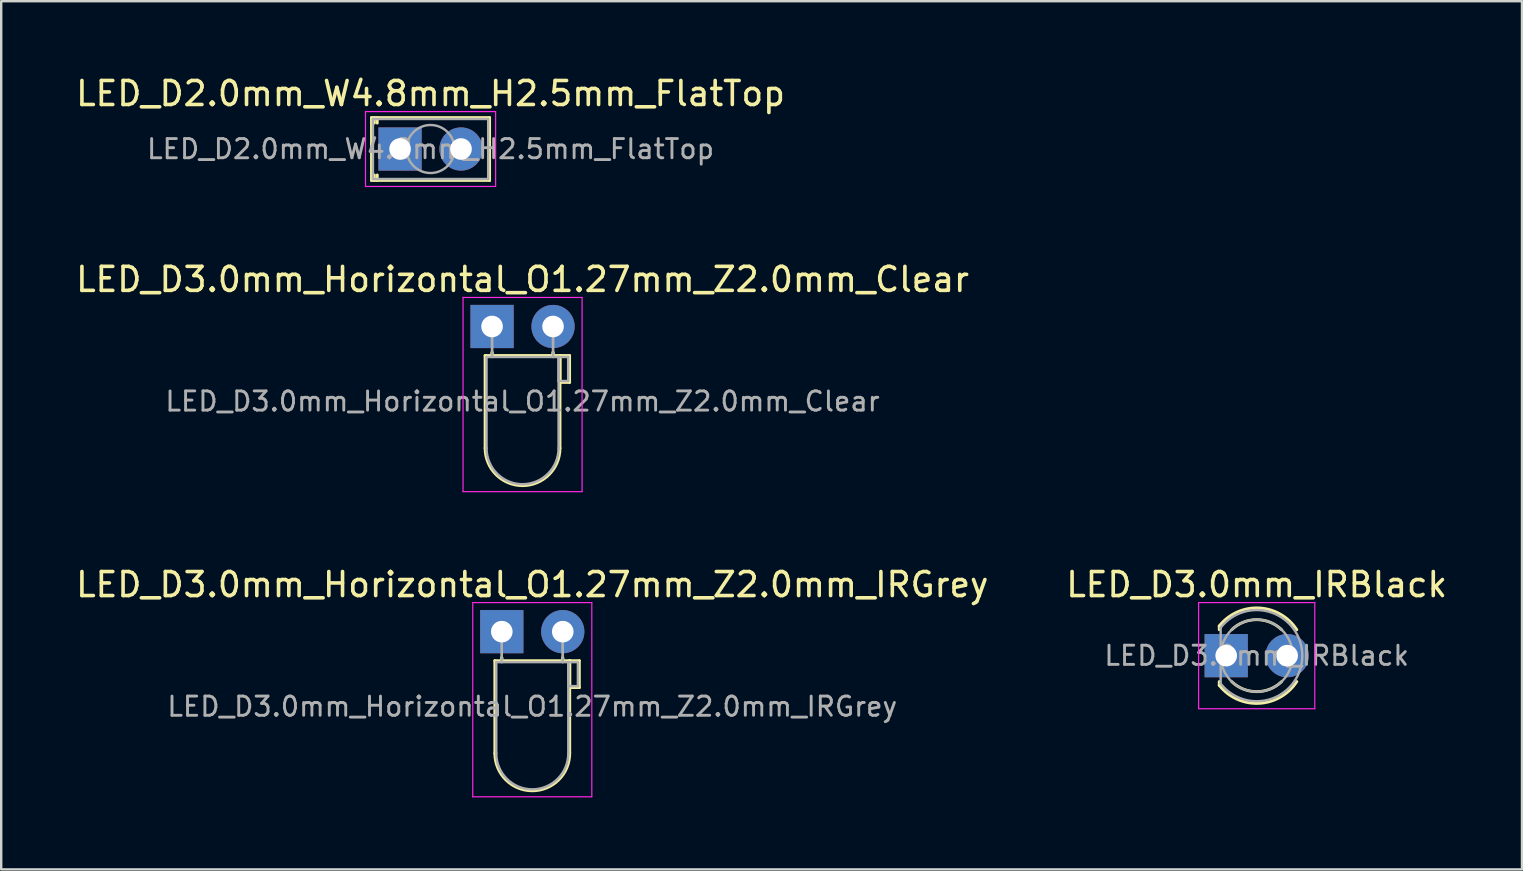
<source format=kicad_pcb>
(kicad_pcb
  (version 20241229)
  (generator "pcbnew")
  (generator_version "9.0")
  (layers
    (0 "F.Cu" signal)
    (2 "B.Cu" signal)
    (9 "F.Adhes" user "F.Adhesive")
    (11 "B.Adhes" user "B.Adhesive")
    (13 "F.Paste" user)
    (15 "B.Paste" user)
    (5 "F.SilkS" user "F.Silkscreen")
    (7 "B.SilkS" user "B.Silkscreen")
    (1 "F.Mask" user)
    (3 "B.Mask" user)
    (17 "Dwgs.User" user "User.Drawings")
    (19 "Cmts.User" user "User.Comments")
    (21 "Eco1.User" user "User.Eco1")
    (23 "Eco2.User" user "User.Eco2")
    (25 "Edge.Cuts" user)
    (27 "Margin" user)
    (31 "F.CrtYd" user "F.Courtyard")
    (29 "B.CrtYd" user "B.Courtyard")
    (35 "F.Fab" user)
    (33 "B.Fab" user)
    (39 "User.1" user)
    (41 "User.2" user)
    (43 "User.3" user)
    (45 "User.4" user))
  (footprint "LED_D3.0mm_IRBlack"
    (layer "F.Cu")
    (at 48.034 24.265)
    (property "Reference" "LED_D3.0mm_IRBlack" (at 1.27 -2.96 0) (layer "F.SilkS") (effects (font (size 1 1) (thickness 0.15))))
    (attr through_hole)
    (fp_line (start -0.29 -1.236) (end -0.29 -1.08) (stroke (width 0.12) (type solid)) (layer "F.SilkS"))
    (fp_line (start -0.29 1.08) (end -0.29 1.236) (stroke (width 0.12) (type solid)) (layer "F.SilkS"))
    (fp_arc (start -0.29 -1.235516) (mid 1.36566 -1.987699) (end 2.941437 -1.08) (stroke (width 0.12) (type solid)) (layer "F.SilkS"))
    (fp_arc (start 0.229039 -1.08) (mid 1.27 -1.5) (end 2.310961 -1.08) (stroke (width 0.12) (type solid)) (layer "F.SilkS"))
    (fp_arc (start 2.310961 1.08) (mid 1.27 1.5) (end 0.229039 1.08) (stroke (width 0.12) (type solid)) (layer "F.SilkS"))
    (fp_arc (start 2.941437 1.08) (mid 1.36566 1.987699) (end -0.29 1.235516) (stroke (width 0.12) (type solid)) (layer "F.SilkS"))
    (fp_line (start -1.15 -2.21) (end -1.15 2.21) (stroke (width 0.05) (type solid)) (layer "F.CrtYd"))
    (fp_line (start -1.15 2.21) (end 3.69 2.21) (stroke (width 0.05) (type solid)) (layer "F.CrtYd"))
    (fp_line (start 3.69 -2.21) (end -1.15 -2.21) (stroke (width 0.05) (type solid)) (layer "F.CrtYd"))
    (fp_line (start 3.69 2.21) (end 3.69 -2.21) (stroke (width 0.05) (type solid)) (layer "F.CrtYd"))
    (fp_line (start -0.23 -1.166) (end -0.23 1.166) (stroke (width 0.1) (type solid)) (layer "F.Fab"))
    (fp_arc (start -0.23 -1.16619) (mid 3.17 0) (end -0.23 1.16619) (stroke (width 0.1) (type solid)) (layer "F.Fab"))
    (fp_circle (center 1.27 0) (end 2.77 0) (stroke (width 0.1) (type solid)) (fill no) (layer "F.Fab"))
    (fp_text user "${REFERENCE}" (at 1.27 0 0) (layer "F.Fab") (effects (font (size 0.8 0.8) (thickness 0.12))))
    (pad "1" thru_hole rect (at 0 0) (size 1.8 1.8) (drill 0.9) (layers "*.Cu" "*.Mask"))
    (pad "2" thru_hole circle (at 2.54 0) (size 1.8 1.8) (drill 0.9) (layers "*.Cu" "*.Mask")))
  (footprint "LED_D2.0mm_W4.8mm_H2.5mm_FlatTop"
    (layer "F.Cu")
    (at 13.617 3.158)
    (property "Reference" "LED_D2.0mm_W4.8mm_H2.5mm_FlatTop" (at 1.27 -2.31 0) (layer "F.SilkS") (effects (font (size 1 1) (thickness 0.15))))
    (attr through_hole)
    (fp_line (start -1.19 -1.31) (end 3.73 -1.31) (stroke (width 0.12) (type solid)) (layer "F.SilkS"))
    (fp_line (start -1.19 1.31) (end -1.19 -1.31) (stroke (width 0.12) (type solid)) (layer "F.SilkS"))
    (fp_line (start -1.07 -1.31) (end -1.07 -1.08) (stroke (width 0.12) (type solid)) (layer "F.SilkS"))
    (fp_line (start -1.07 1.08) (end -1.07 1.31) (stroke (width 0.12) (type solid)) (layer "F.SilkS"))
    (fp_line (start -0.95 -1.31) (end -0.95 -1.08) (stroke (width 0.12) (type solid)) (layer "F.SilkS"))
    (fp_line (start -0.95 1.08) (end -0.95 1.31) (stroke (width 0.12) (type solid)) (layer "F.SilkS"))
    (fp_line (start 3.73 -1.31) (end 3.73 1.31) (stroke (width 0.12) (type solid)) (layer "F.SilkS"))
    (fp_line (start 3.73 1.31) (end -1.19 1.31) (stroke (width 0.12) (type solid)) (layer "F.SilkS"))
    (fp_line (start -1.44 -1.56) (end -1.44 1.56) (stroke (width 0.05) (type solid)) (layer "F.CrtYd"))
    (fp_line (start -1.44 1.56) (end 3.98 1.56) (stroke (width 0.05) (type solid)) (layer "F.CrtYd"))
    (fp_line (start 3.98 -1.56) (end -1.44 -1.56) (stroke (width 0.05) (type solid)) (layer "F.CrtYd"))
    (fp_line (start 3.98 1.56) (end 3.98 -1.56) (stroke (width 0.05) (type solid)) (layer "F.CrtYd"))
    (fp_line (start -1.13 -1.25) (end -1.13 1.25) (stroke (width 0.1) (type solid)) (layer "F.Fab"))
    (fp_line (start -1.13 1.25) (end 3.67 1.25) (stroke (width 0.1) (type solid)) (layer "F.Fab"))
    (fp_line (start 3.67 -1.25) (end -1.13 -1.25) (stroke (width 0.1) (type solid)) (layer "F.Fab"))
    (fp_line (start 3.67 1.25) (end 3.67 -1.25) (stroke (width 0.1) (type solid)) (layer "F.Fab"))
    (fp_circle (center 1.27 0) (end 2.27 0) (stroke (width 0.1) (type solid)) (fill no) (layer "F.Fab"))
    (fp_text user "${REFERENCE}" (at 1.27 0 0) (layer "F.Fab") (effects (font (size 0.8 0.8) (thickness 0.12))))
    (pad "1" thru_hole rect (at 0 0) (size 1.8 1.8) (drill 0.9) (layers "*.Cu" "*.Mask"))
    (pad "2" thru_hole circle (at 2.54 0) (size 1.8 1.8) (drill 0.9) (layers "*.Cu" "*.Mask")))
  (footprint "LED_D3.0mm_Horizontal_O1.27mm_Z2.0mm_Clear"
    (layer "F.Cu")
    (at 17.45 10.552)
    (property "Reference" "LED_D3.0mm_Horizontal_O1.27mm_Z2.0mm_Clear" (at 1.27 -1.96 0) (layer "F.SilkS") (effects (font (size 1 1) (thickness 0.15))))
    (attr through_hole)
    (fp_line (start -0.29 1.21) (end -0.29 5.07) (stroke (width 0.12) (type solid)) (layer "F.SilkS"))
    (fp_line (start -0.29 1.21) (end 2.83 1.21) (stroke (width 0.12) (type solid)) (layer "F.SilkS"))
    (fp_line (start 0 1.08) (end 0 1.21) (stroke (width 0.12) (type solid)) (layer "F.SilkS"))
    (fp_line (start 0 1.21) (end 0 1.08) (stroke (width 0.12) (type solid)) (layer "F.SilkS"))
    (fp_line (start 2.54 1.08) (end 2.54 1.21) (stroke (width 0.12) (type solid)) (layer "F.SilkS"))
    (fp_line (start 2.54 1.21) (end 2.54 1.08) (stroke (width 0.12) (type solid)) (layer "F.SilkS"))
    (fp_line (start 2.83 1.21) (end 2.83 5.07) (stroke (width 0.12) (type solid)) (layer "F.SilkS"))
    (fp_line (start 2.83 1.21) (end 3.23 1.21) (stroke (width 0.12) (type solid)) (layer "F.SilkS"))
    (fp_line (start 2.83 2.33) (end 2.83 1.21) (stroke (width 0.12) (type solid)) (layer "F.SilkS"))
    (fp_line (start 3.23 1.21) (end 3.23 2.33) (stroke (width 0.12) (type solid)) (layer "F.SilkS"))
    (fp_line (start 3.23 2.33) (end 2.83 2.33) (stroke (width 0.12) (type solid)) (layer "F.SilkS"))
    (fp_arc (start 2.83 5.07) (mid 1.27 6.63) (end -0.29 5.07) (stroke (width 0.12) (type solid)) (layer "F.SilkS"))
    (fp_line (start -1.21 -1.21) (end -1.21 6.88) (stroke (width 0.05) (type solid)) (layer "F.CrtYd"))
    (fp_line (start -1.21 6.88) (end 3.75 6.88) (stroke (width 0.05) (type solid)) (layer "F.CrtYd"))
    (fp_line (start 3.75 -1.21) (end -1.21 -1.21) (stroke (width 0.05) (type solid)) (layer "F.CrtYd"))
    (fp_line (start 3.75 6.88) (end 3.75 -1.21) (stroke (width 0.05) (type solid)) (layer "F.CrtYd"))
    (fp_line (start -0.23 1.27) (end -0.23 5.07) (stroke (width 0.1) (type solid)) (layer "F.Fab"))
    (fp_line (start -0.23 1.27) (end 2.77 1.27) (stroke (width 0.1) (type solid)) (layer "F.Fab"))
    (fp_line (start 0 0) (end 0 1.27) (stroke (width 0.1) (type solid)) (layer "F.Fab"))
    (fp_line (start 0 1.27) (end 0 0) (stroke (width 0.1) (type solid)) (layer "F.Fab"))
    (fp_line (start 2.54 0) (end 2.54 1.27) (stroke (width 0.1) (type solid)) (layer "F.Fab"))
    (fp_line (start 2.54 1.27) (end 2.54 0) (stroke (width 0.1) (type solid)) (layer "F.Fab"))
    (fp_line (start 2.77 1.27) (end 2.77 5.07) (stroke (width 0.1) (type solid)) (layer "F.Fab"))
    (fp_line (start 2.77 1.27) (end 3.17 1.27) (stroke (width 0.1) (type solid)) (layer "F.Fab"))
    (fp_line (start 2.77 2.27) (end 2.77 1.27) (stroke (width 0.1) (type solid)) (layer "F.Fab"))
    (fp_line (start 3.17 1.27) (end 3.17 2.27) (stroke (width 0.1) (type solid)) (layer "F.Fab"))
    (fp_line (start 3.17 2.27) (end 2.77 2.27) (stroke (width 0.1) (type solid)) (layer "F.Fab"))
    (fp_arc (start 2.77 5.07) (mid 1.27 6.57) (end -0.23 5.07) (stroke (width 0.1) (type solid)) (layer "F.Fab"))
    (fp_text user "${REFERENCE}" (at 1.27 3.12 0) (layer "F.Fab") (effects (font (size 0.8 0.8) (thickness 0.12))))
    (pad "1" thru_hole rect (at 0 0) (size 1.8 1.8) (drill 0.9) (layers "*.Cu" "*.Mask"))
    (pad "2" thru_hole circle (at 2.54 0) (size 1.8 1.8) (drill 0.9) (layers "*.Cu" "*.Mask")))
  (footprint "LED_D3.0mm_Horizontal_O1.27mm_Z2.0mm_IRGrey"
    (layer "F.Cu")
    (at 17.855 23.265)
    (property "Reference" "LED_D3.0mm_Horizontal_O1.27mm_Z2.0mm_IRGrey" (at 1.27 -1.96 0) (layer "F.SilkS") (effects (font (size 1 1) (thickness 0.15))))
    (attr through_hole)
    (fp_line (start -0.29 1.21) (end -0.29 5.07) (stroke (width 0.12) (type solid)) (layer "F.SilkS"))
    (fp_line (start -0.29 1.21) (end 2.83 1.21) (stroke (width 0.12) (type solid)) (layer "F.SilkS"))
    (fp_line (start 0 1.08) (end 0 1.21) (stroke (width 0.12) (type solid)) (layer "F.SilkS"))
    (fp_line (start 0 1.21) (end 0 1.08) (stroke (width 0.12) (type solid)) (layer "F.SilkS"))
    (fp_line (start 2.54 1.08) (end 2.54 1.21) (stroke (width 0.12) (type solid)) (layer "F.SilkS"))
    (fp_line (start 2.54 1.21) (end 2.54 1.08) (stroke (width 0.12) (type solid)) (layer "F.SilkS"))
    (fp_line (start 2.83 1.21) (end 2.83 5.07) (stroke (width 0.12) (type solid)) (layer "F.SilkS"))
    (fp_line (start 2.83 1.21) (end 3.23 1.21) (stroke (width 0.12) (type solid)) (layer "F.SilkS"))
    (fp_line (start 2.83 2.33) (end 2.83 1.21) (stroke (width 0.12) (type solid)) (layer "F.SilkS"))
    (fp_line (start 3.23 1.21) (end 3.23 2.33) (stroke (width 0.12) (type solid)) (layer "F.SilkS"))
    (fp_line (start 3.23 2.33) (end 2.83 2.33) (stroke (width 0.12) (type solid)) (layer "F.SilkS"))
    (fp_arc (start 2.83 5.07) (mid 1.27 6.63) (end -0.29 5.07) (stroke (width 0.12) (type solid)) (layer "F.SilkS"))
    (fp_line (start -1.21 -1.21) (end -1.21 6.88) (stroke (width 0.05) (type solid)) (layer "F.CrtYd"))
    (fp_line (start -1.21 6.88) (end 3.75 6.88) (stroke (width 0.05) (type solid)) (layer "F.CrtYd"))
    (fp_line (start 3.75 -1.21) (end -1.21 -1.21) (stroke (width 0.05) (type solid)) (layer "F.CrtYd"))
    (fp_line (start 3.75 6.88) (end 3.75 -1.21) (stroke (width 0.05) (type solid)) (layer "F.CrtYd"))
    (fp_line (start -0.23 1.27) (end -0.23 5.07) (stroke (width 0.1) (type solid)) (layer "F.Fab"))
    (fp_line (start -0.23 1.27) (end 2.77 1.27) (stroke (width 0.1) (type solid)) (layer "F.Fab"))
    (fp_line (start 0 0) (end 0 1.27) (stroke (width 0.1) (type solid)) (layer "F.Fab"))
    (fp_line (start 0 1.27) (end 0 0) (stroke (width 0.1) (type solid)) (layer "F.Fab"))
    (fp_line (start 2.54 0) (end 2.54 1.27) (stroke (width 0.1) (type solid)) (layer "F.Fab"))
    (fp_line (start 2.54 1.27) (end 2.54 0) (stroke (width 0.1) (type solid)) (layer "F.Fab"))
    (fp_line (start 2.77 1.27) (end 2.77 5.07) (stroke (width 0.1) (type solid)) (layer "F.Fab"))
    (fp_line (start 2.77 1.27) (end 3.17 1.27) (stroke (width 0.1) (type solid)) (layer "F.Fab"))
    (fp_line (start 2.77 2.27) (end 2.77 1.27) (stroke (width 0.1) (type solid)) (layer "F.Fab"))
    (fp_line (start 3.17 1.27) (end 3.17 2.27) (stroke (width 0.1) (type solid)) (layer "F.Fab"))
    (fp_line (start 3.17 2.27) (end 2.77 2.27) (stroke (width 0.1) (type solid)) (layer "F.Fab"))
    (fp_arc (start 2.77 5.07) (mid 1.27 6.57) (end -0.23 5.07) (stroke (width 0.1) (type solid)) (layer "F.Fab"))
    (fp_text user "${REFERENCE}" (at 1.27 3.12 0) (layer "F.Fab") (effects (font (size 0.8 0.8) (thickness 0.12))))
    (pad "1" thru_hole rect (at 0 0) (size 1.8 1.8) (drill 0.9) (layers "*.Cu" "*.Mask"))
    (pad "2" thru_hole circle (at 2.54 0) (size 1.8 1.8) (drill 0.9) (layers "*.Cu" "*.Mask")))
  (gr_rect
    (start -3 -3)
    (end 60.357 33.17)
    (stroke (width 0.1) (type default))
    (fill no)
    (layer "Edge.Cuts")))
</source>
